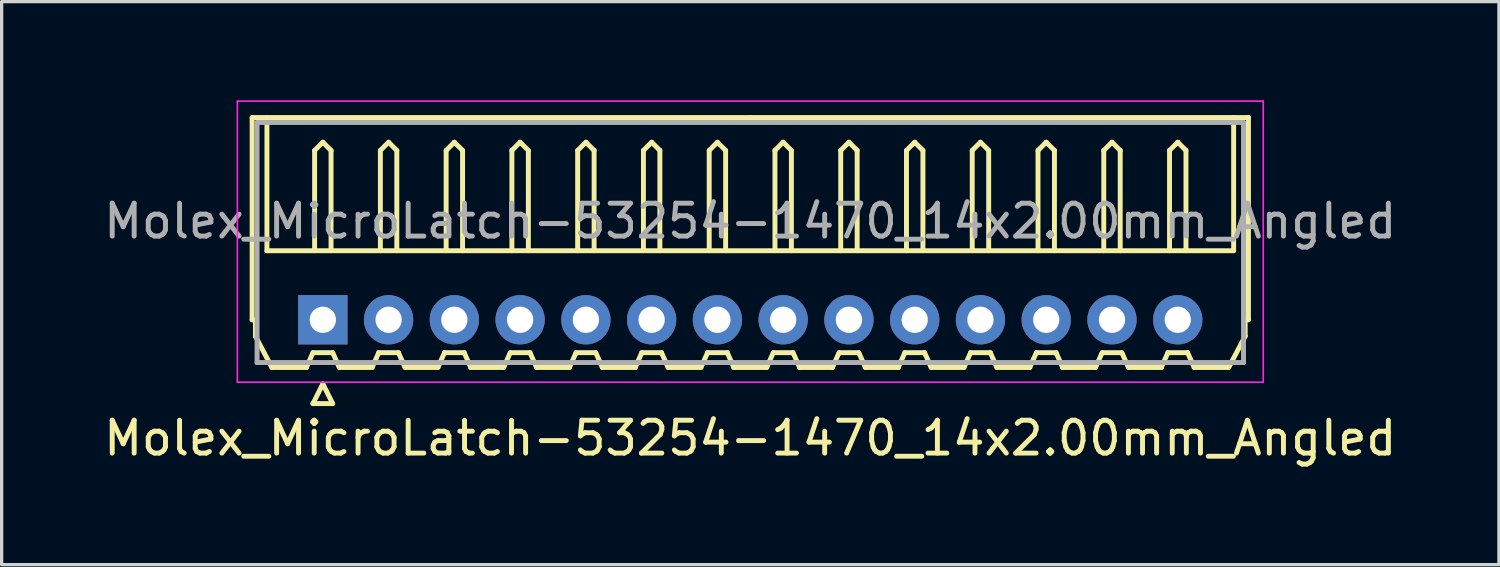
<source format=kicad_pcb>
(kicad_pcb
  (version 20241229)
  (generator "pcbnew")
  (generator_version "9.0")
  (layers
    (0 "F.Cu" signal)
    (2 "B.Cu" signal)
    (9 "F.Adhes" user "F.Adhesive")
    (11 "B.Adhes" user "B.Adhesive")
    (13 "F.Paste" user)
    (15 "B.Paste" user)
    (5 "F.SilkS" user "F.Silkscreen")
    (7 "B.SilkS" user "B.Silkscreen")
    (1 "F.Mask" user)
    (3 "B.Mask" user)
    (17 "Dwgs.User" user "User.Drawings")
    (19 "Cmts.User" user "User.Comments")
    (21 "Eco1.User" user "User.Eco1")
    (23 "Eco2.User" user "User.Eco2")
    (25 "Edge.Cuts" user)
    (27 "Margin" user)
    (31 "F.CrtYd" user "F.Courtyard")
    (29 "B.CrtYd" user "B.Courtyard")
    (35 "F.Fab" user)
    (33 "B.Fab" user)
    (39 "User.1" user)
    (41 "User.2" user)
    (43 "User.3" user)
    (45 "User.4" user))
  (footprint "Molex_MicroLatch-53254-1470_14x2.00mm_Angled"
    (layer "F.Cu")
    (at 6.768 6.675)
    (property "Reference" "Molex_MicroLatch-53254-1470_14x2.00mm_Angled" (at 13 3.6 0) (layer "F.SilkS") (effects (font (size 1 1) (thickness 0.15))))
    (attr through_hole)
    (fp_line (start -2.15 -6.15) (end 13 -6.15) (stroke (width 0.15) (type solid)) (layer "F.SilkS"))
    (fp_line (start -2.15 0) (end -2.15 -6.15) (stroke (width 0.15) (type solid)) (layer "F.SilkS"))
    (fp_line (start -2.05 0) (end -2.15 0) (stroke (width 0.15) (type solid)) (layer "F.SilkS"))
    (fp_line (start -2.05 0.5) (end -2.05 0) (stroke (width 0.15) (type solid)) (layer "F.SilkS"))
    (fp_line (start -1.7 -6.15) (end -1.7 -2.1) (stroke (width 0.15) (type solid)) (layer "F.SilkS"))
    (fp_line (start -1.7 -2.1) (end 27.7 -2.1) (stroke (width 0.15) (type solid)) (layer "F.SilkS"))
    (fp_line (start -1.55 1.45) (end -2.05 0.5) (stroke (width 0.15) (type solid)) (layer "F.SilkS"))
    (fp_line (start -0.5 1.45) (end -1.55 1.45) (stroke (width 0.15) (type solid)) (layer "F.SilkS"))
    (fp_line (start -0.3 1) (end -0.5 1.45) (stroke (width 0.15) (type solid)) (layer "F.SilkS"))
    (fp_line (start -0.3 1) (end 0.3 1) (stroke (width 0.15) (type solid)) (layer "F.SilkS"))
    (fp_line (start -0.3 2.55) (end 0.3 2.55) (stroke (width 0.15) (type solid)) (layer "F.SilkS"))
    (fp_line (start -0.25 -5.15) (end 0 -5.4) (stroke (width 0.15) (type solid)) (layer "F.SilkS"))
    (fp_line (start -0.25 -2.1) (end -0.25 -5.15) (stroke (width 0.15) (type solid)) (layer "F.SilkS"))
    (fp_line (start 0 -5.4) (end 0.25 -5.15) (stroke (width 0.15) (type solid)) (layer "F.SilkS"))
    (fp_line (start 0 1.95) (end -0.3 2.55) (stroke (width 0.15) (type solid)) (layer "F.SilkS"))
    (fp_line (start 0.25 -5.15) (end 0.25 -2.1) (stroke (width 0.15) (type solid)) (layer "F.SilkS"))
    (fp_line (start 0.3 1) (end 0.5 1.45) (stroke (width 0.15) (type solid)) (layer "F.SilkS"))
    (fp_line (start 0.3 2.55) (end 0 1.95) (stroke (width 0.15) (type solid)) (layer "F.SilkS"))
    (fp_line (start 0.5 1.45) (end 1.5 1.45) (stroke (width 0.15) (type solid)) (layer "F.SilkS"))
    (fp_line (start 1.5 1.45) (end 1.7 1) (stroke (width 0.15) (type solid)) (layer "F.SilkS"))
    (fp_line (start 1.7 1) (end 2.3 1) (stroke (width 0.15) (type solid)) (layer "F.SilkS"))
    (fp_line (start 1.75 -5.15) (end 2 -5.4) (stroke (width 0.15) (type solid)) (layer "F.SilkS"))
    (fp_line (start 1.75 -2.1) (end 1.75 -5.15) (stroke (width 0.15) (type solid)) (layer "F.SilkS"))
    (fp_line (start 2 -5.4) (end 2.25 -5.15) (stroke (width 0.15) (type solid)) (layer "F.SilkS"))
    (fp_line (start 2.25 -5.15) (end 2.25 -2.1) (stroke (width 0.15) (type solid)) (layer "F.SilkS"))
    (fp_line (start 2.3 1) (end 2.5 1.45) (stroke (width 0.15) (type solid)) (layer "F.SilkS"))
    (fp_line (start 2.5 1.45) (end 3.5 1.45) (stroke (width 0.15) (type solid)) (layer "F.SilkS"))
    (fp_line (start 3.5 1.45) (end 3.7 1) (stroke (width 0.15) (type solid)) (layer "F.SilkS"))
    (fp_line (start 3.7 1) (end 4.3 1) (stroke (width 0.15) (type solid)) (layer "F.SilkS"))
    (fp_line (start 3.75 -5.15) (end 4 -5.4) (stroke (width 0.15) (type solid)) (layer "F.SilkS"))
    (fp_line (start 3.75 -2.1) (end 3.75 -5.15) (stroke (width 0.15) (type solid)) (layer "F.SilkS"))
    (fp_line (start 4 -5.4) (end 4.25 -5.15) (stroke (width 0.15) (type solid)) (layer "F.SilkS"))
    (fp_line (start 4.25 -5.15) (end 4.25 -2.1) (stroke (width 0.15) (type solid)) (layer "F.SilkS"))
    (fp_line (start 4.3 1) (end 4.5 1.45) (stroke (width 0.15) (type solid)) (layer "F.SilkS"))
    (fp_line (start 4.5 1.45) (end 5.5 1.45) (stroke (width 0.15) (type solid)) (layer "F.SilkS"))
    (fp_line (start 5.5 1.45) (end 5.7 1) (stroke (width 0.15) (type solid)) (layer "F.SilkS"))
    (fp_line (start 5.7 1) (end 6.3 1) (stroke (width 0.15) (type solid)) (layer "F.SilkS"))
    (fp_line (start 5.75 -5.15) (end 6 -5.4) (stroke (width 0.15) (type solid)) (layer "F.SilkS"))
    (fp_line (start 5.75 -2.1) (end 5.75 -5.15) (stroke (width 0.15) (type solid)) (layer "F.SilkS"))
    (fp_line (start 6 -5.4) (end 6.25 -5.15) (stroke (width 0.15) (type solid)) (layer "F.SilkS"))
    (fp_line (start 6.25 -5.15) (end 6.25 -2.1) (stroke (width 0.15) (type solid)) (layer "F.SilkS"))
    (fp_line (start 6.3 1) (end 6.5 1.45) (stroke (width 0.15) (type solid)) (layer "F.SilkS"))
    (fp_line (start 6.5 1.45) (end 7.5 1.45) (stroke (width 0.15) (type solid)) (layer "F.SilkS"))
    (fp_line (start 7.5 1.45) (end 7.7 1) (stroke (width 0.15) (type solid)) (layer "F.SilkS"))
    (fp_line (start 7.7 1) (end 8.3 1) (stroke (width 0.15) (type solid)) (layer "F.SilkS"))
    (fp_line (start 7.75 -5.15) (end 8 -5.4) (stroke (width 0.15) (type solid)) (layer "F.SilkS"))
    (fp_line (start 7.75 -2.1) (end 7.75 -5.15) (stroke (width 0.15) (type solid)) (layer "F.SilkS"))
    (fp_line (start 8 -5.4) (end 8.25 -5.15) (stroke (width 0.15) (type solid)) (layer "F.SilkS"))
    (fp_line (start 8.25 -5.15) (end 8.25 -2.1) (stroke (width 0.15) (type solid)) (layer "F.SilkS"))
    (fp_line (start 8.3 1) (end 8.5 1.45) (stroke (width 0.15) (type solid)) (layer "F.SilkS"))
    (fp_line (start 8.5 1.45) (end 9.5 1.45) (stroke (width 0.15) (type solid)) (layer "F.SilkS"))
    (fp_line (start 9.5 1.45) (end 9.7 1) (stroke (width 0.15) (type solid)) (layer "F.SilkS"))
    (fp_line (start 9.7 1) (end 10.3 1) (stroke (width 0.15) (type solid)) (layer "F.SilkS"))
    (fp_line (start 9.75 -5.15) (end 10 -5.4) (stroke (width 0.15) (type solid)) (layer "F.SilkS"))
    (fp_line (start 9.75 -2.1) (end 9.75 -5.15) (stroke (width 0.15) (type solid)) (layer "F.SilkS"))
    (fp_line (start 10 -5.4) (end 10.25 -5.15) (stroke (width 0.15) (type solid)) (layer "F.SilkS"))
    (fp_line (start 10.25 -5.15) (end 10.25 -2.1) (stroke (width 0.15) (type solid)) (layer "F.SilkS"))
    (fp_line (start 10.3 1) (end 10.5 1.45) (stroke (width 0.15) (type solid)) (layer "F.SilkS"))
    (fp_line (start 10.5 1.45) (end 11.5 1.45) (stroke (width 0.15) (type solid)) (layer "F.SilkS"))
    (fp_line (start 11.5 1.45) (end 11.7 1) (stroke (width 0.15) (type solid)) (layer "F.SilkS"))
    (fp_line (start 11.7 1) (end 12.3 1) (stroke (width 0.15) (type solid)) (layer "F.SilkS"))
    (fp_line (start 11.75 -5.15) (end 12 -5.4) (stroke (width 0.15) (type solid)) (layer "F.SilkS"))
    (fp_line (start 11.75 -2.1) (end 11.75 -5.15) (stroke (width 0.15) (type solid)) (layer "F.SilkS"))
    (fp_line (start 12 -5.4) (end 12.25 -5.15) (stroke (width 0.15) (type solid)) (layer "F.SilkS"))
    (fp_line (start 12.25 -5.15) (end 12.25 -2.1) (stroke (width 0.15) (type solid)) (layer "F.SilkS"))
    (fp_line (start 12.3 1) (end 12.5 1.45) (stroke (width 0.15) (type solid)) (layer "F.SilkS"))
    (fp_line (start 12.5 1.45) (end 13.5 1.45) (stroke (width 0.15) (type solid)) (layer "F.SilkS"))
    (fp_line (start 13.5 1.45) (end 13.7 1) (stroke (width 0.15) (type solid)) (layer "F.SilkS"))
    (fp_line (start 13.7 1) (end 14.3 1) (stroke (width 0.15) (type solid)) (layer "F.SilkS"))
    (fp_line (start 13.75 -5.15) (end 14 -5.4) (stroke (width 0.15) (type solid)) (layer "F.SilkS"))
    (fp_line (start 13.75 -2.1) (end 13.75 -5.15) (stroke (width 0.15) (type solid)) (layer "F.SilkS"))
    (fp_line (start 14 -5.4) (end 14.25 -5.15) (stroke (width 0.15) (type solid)) (layer "F.SilkS"))
    (fp_line (start 14.25 -5.15) (end 14.25 -2.1) (stroke (width 0.15) (type solid)) (layer "F.SilkS"))
    (fp_line (start 14.3 1) (end 14.5 1.45) (stroke (width 0.15) (type solid)) (layer "F.SilkS"))
    (fp_line (start 14.5 1.45) (end 15.5 1.45) (stroke (width 0.15) (type solid)) (layer "F.SilkS"))
    (fp_line (start 15.5 1.45) (end 15.7 1) (stroke (width 0.15) (type solid)) (layer "F.SilkS"))
    (fp_line (start 15.7 1) (end 16.3 1) (stroke (width 0.15) (type solid)) (layer "F.SilkS"))
    (fp_line (start 15.75 -5.15) (end 16 -5.4) (stroke (width 0.15) (type solid)) (layer "F.SilkS"))
    (fp_line (start 15.75 -2.1) (end 15.75 -5.15) (stroke (width 0.15) (type solid)) (layer "F.SilkS"))
    (fp_line (start 16 -5.4) (end 16.25 -5.15) (stroke (width 0.15) (type solid)) (layer "F.SilkS"))
    (fp_line (start 16.25 -5.15) (end 16.25 -2.1) (stroke (width 0.15) (type solid)) (layer "F.SilkS"))
    (fp_line (start 16.3 1) (end 16.5 1.45) (stroke (width 0.15) (type solid)) (layer "F.SilkS"))
    (fp_line (start 16.5 1.45) (end 17.5 1.45) (stroke (width 0.15) (type solid)) (layer "F.SilkS"))
    (fp_line (start 17.5 1.45) (end 17.7 1) (stroke (width 0.15) (type solid)) (layer "F.SilkS"))
    (fp_line (start 17.7 1) (end 18.3 1) (stroke (width 0.15) (type solid)) (layer "F.SilkS"))
    (fp_line (start 17.75 -5.15) (end 18 -5.4) (stroke (width 0.15) (type solid)) (layer "F.SilkS"))
    (fp_line (start 17.75 -2.1) (end 17.75 -5.15) (stroke (width 0.15) (type solid)) (layer "F.SilkS"))
    (fp_line (start 18 -5.4) (end 18.25 -5.15) (stroke (width 0.15) (type solid)) (layer "F.SilkS"))
    (fp_line (start 18.25 -5.15) (end 18.25 -2.1) (stroke (width 0.15) (type solid)) (layer "F.SilkS"))
    (fp_line (start 18.3 1) (end 18.5 1.45) (stroke (width 0.15) (type solid)) (layer "F.SilkS"))
    (fp_line (start 18.5 1.45) (end 19.5 1.45) (stroke (width 0.15) (type solid)) (layer "F.SilkS"))
    (fp_line (start 19.5 1.45) (end 19.7 1) (stroke (width 0.15) (type solid)) (layer "F.SilkS"))
    (fp_line (start 19.7 1) (end 20.3 1) (stroke (width 0.15) (type solid)) (layer "F.SilkS"))
    (fp_line (start 19.75 -5.15) (end 20 -5.4) (stroke (width 0.15) (type solid)) (layer "F.SilkS"))
    (fp_line (start 19.75 -2.1) (end 19.75 -5.15) (stroke (width 0.15) (type solid)) (layer "F.SilkS"))
    (fp_line (start 20 -5.4) (end 20.25 -5.15) (stroke (width 0.15) (type solid)) (layer "F.SilkS"))
    (fp_line (start 20.25 -5.15) (end 20.25 -2.1) (stroke (width 0.15) (type solid)) (layer "F.SilkS"))
    (fp_line (start 20.3 1) (end 20.5 1.45) (stroke (width 0.15) (type solid)) (layer "F.SilkS"))
    (fp_line (start 20.5 1.45) (end 21.5 1.45) (stroke (width 0.15) (type solid)) (layer "F.SilkS"))
    (fp_line (start 21.5 1.45) (end 21.7 1) (stroke (width 0.15) (type solid)) (layer "F.SilkS"))
    (fp_line (start 21.7 1) (end 22.3 1) (stroke (width 0.15) (type solid)) (layer "F.SilkS"))
    (fp_line (start 21.75 -5.15) (end 22 -5.4) (stroke (width 0.15) (type solid)) (layer "F.SilkS"))
    (fp_line (start 21.75 -2.1) (end 21.75 -5.15) (stroke (width 0.15) (type solid)) (layer "F.SilkS"))
    (fp_line (start 22 -5.4) (end 22.25 -5.15) (stroke (width 0.15) (type solid)) (layer "F.SilkS"))
    (fp_line (start 22.25 -5.15) (end 22.25 -2.1) (stroke (width 0.15) (type solid)) (layer "F.SilkS"))
    (fp_line (start 22.3 1) (end 22.5 1.45) (stroke (width 0.15) (type solid)) (layer "F.SilkS"))
    (fp_line (start 22.5 1.45) (end 23.5 1.45) (stroke (width 0.15) (type solid)) (layer "F.SilkS"))
    (fp_line (start 23.5 1.45) (end 23.7 1) (stroke (width 0.15) (type solid)) (layer "F.SilkS"))
    (fp_line (start 23.7 1) (end 24.3 1) (stroke (width 0.15) (type solid)) (layer "F.SilkS"))
    (fp_line (start 23.75 -5.15) (end 24 -5.4) (stroke (width 0.15) (type solid)) (layer "F.SilkS"))
    (fp_line (start 23.75 -2.1) (end 23.75 -5.15) (stroke (width 0.15) (type solid)) (layer "F.SilkS"))
    (fp_line (start 24 -5.4) (end 24.25 -5.15) (stroke (width 0.15) (type solid)) (layer "F.SilkS"))
    (fp_line (start 24.25 -5.15) (end 24.25 -2.1) (stroke (width 0.15) (type solid)) (layer "F.SilkS"))
    (fp_line (start 24.3 1) (end 24.5 1.45) (stroke (width 0.15) (type solid)) (layer "F.SilkS"))
    (fp_line (start 24.5 1.45) (end 25.5 1.45) (stroke (width 0.15) (type solid)) (layer "F.SilkS"))
    (fp_line (start 25.5 1.45) (end 25.7 1) (stroke (width 0.15) (type solid)) (layer "F.SilkS"))
    (fp_line (start 25.7 1) (end 26.3 1) (stroke (width 0.15) (type solid)) (layer "F.SilkS"))
    (fp_line (start 25.75 -5.15) (end 26 -5.4) (stroke (width 0.15) (type solid)) (layer "F.SilkS"))
    (fp_line (start 25.75 -2.1) (end 25.75 -5.15) (stroke (width 0.15) (type solid)) (layer "F.SilkS"))
    (fp_line (start 26 -5.4) (end 26.25 -5.15) (stroke (width 0.15) (type solid)) (layer "F.SilkS"))
    (fp_line (start 26.25 -5.15) (end 26.25 -2.1) (stroke (width 0.15) (type solid)) (layer "F.SilkS"))
    (fp_line (start 26.3 1) (end 26.5 1.45) (stroke (width 0.15) (type solid)) (layer "F.SilkS"))
    (fp_line (start 26.5 1.45) (end 27.55 1.45) (stroke (width 0.15) (type solid)) (layer "F.SilkS"))
    (fp_line (start 27.55 1.45) (end 28.05 0.5) (stroke (width 0.15) (type solid)) (layer "F.SilkS"))
    (fp_line (start 27.7 -2.1) (end 27.7 -6.15) (stroke (width 0.15) (type solid)) (layer "F.SilkS"))
    (fp_line (start 28.05 0) (end 28.15 0) (stroke (width 0.15) (type solid)) (layer "F.SilkS"))
    (fp_line (start 28.05 0.5) (end 28.05 0) (stroke (width 0.15) (type solid)) (layer "F.SilkS"))
    (fp_line (start 28.15 -6.15) (end 13 -6.15) (stroke (width 0.15) (type solid)) (layer "F.SilkS"))
    (fp_line (start 28.15 0) (end 28.15 -6.15) (stroke (width 0.15) (type solid)) (layer "F.SilkS"))
    (fp_line (start -2.6 -6.65) (end -2.6 1.9) (stroke (width 0.05) (type solid)) (layer "F.CrtYd"))
    (fp_line (start -2.6 1.9) (end 28.6 1.9) (stroke (width 0.05) (type solid)) (layer "F.CrtYd"))
    (fp_line (start 28.6 -6.65) (end -2.6 -6.65) (stroke (width 0.05) (type solid)) (layer "F.CrtYd"))
    (fp_line (start 28.6 1.9) (end 28.6 -6.65) (stroke (width 0.05) (type solid)) (layer "F.CrtYd"))
    (fp_line (start -2 -6) (end -2 1.3) (stroke (width 0.15) (type solid)) (layer "F.Fab"))
    (fp_line (start -2 1.3) (end 28 1.3) (stroke (width 0.15) (type solid)) (layer "F.Fab"))
    (fp_line (start 28 -6) (end -2 -6) (stroke (width 0.15) (type solid)) (layer "F.Fab"))
    (fp_line (start 28 1.3) (end 28 -6) (stroke (width 0.15) (type solid)) (layer "F.Fab"))
    (fp_text user "${REFERENCE}" (at 13 -3 0) (layer "F.Fab") (effects (font (size 1 1) (thickness 0.15))))
    (pad "1" thru_hole rect (at 0 0) (size 1.5 1.5) (drill 0.8) (layers "*.Cu" "*.Mask"))
    (pad "2" thru_hole circle (at 2 0) (size 1.5 1.5) (drill 0.8) (layers "*.Cu" "*.Mask"))
    (pad "3" thru_hole circle (at 4 0) (size 1.5 1.5) (drill 0.8) (layers "*.Cu" "*.Mask"))
    (pad "4" thru_hole circle (at 6 0) (size 1.5 1.5) (drill 0.8) (layers "*.Cu" "*.Mask"))
    (pad "5" thru_hole circle (at 8 0) (size 1.5 1.5) (drill 0.8) (layers "*.Cu" "*.Mask"))
    (pad "6" thru_hole circle (at 10 0) (size 1.5 1.5) (drill 0.8) (layers "*.Cu" "*.Mask"))
    (pad "7" thru_hole circle (at 12 0) (size 1.5 1.5) (drill 0.8) (layers "*.Cu" "*.Mask"))
    (pad "8" thru_hole circle (at 14 0) (size 1.5 1.5) (drill 0.8) (layers "*.Cu" "*.Mask"))
    (pad "9" thru_hole circle (at 16 0) (size 1.5 1.5) (drill 0.8) (layers "*.Cu" "*.Mask"))
    (pad "10" thru_hole circle (at 18 0) (size 1.5 1.5) (drill 0.8) (layers "*.Cu" "*.Mask"))
    (pad "11" thru_hole circle (at 20 0) (size 1.5 1.5) (drill 0.8) (layers "*.Cu" "*.Mask"))
    (pad "12" thru_hole circle (at 22 0) (size 1.5 1.5) (drill 0.8) (layers "*.Cu" "*.Mask"))
    (pad "13" thru_hole circle (at 24 0) (size 1.5 1.5) (drill 0.8) (layers "*.Cu" "*.Mask"))
    (pad "14" thru_hole circle (at 26 0) (size 1.5 1.5) (drill 0.8) (layers "*.Cu" "*.Mask")))
  (gr_rect
    (start -3 -3)
    (end 42.536 14.123)
    (stroke (width 0.1) (type default))
    (fill no)
    (layer "Edge.Cuts")))
</source>
